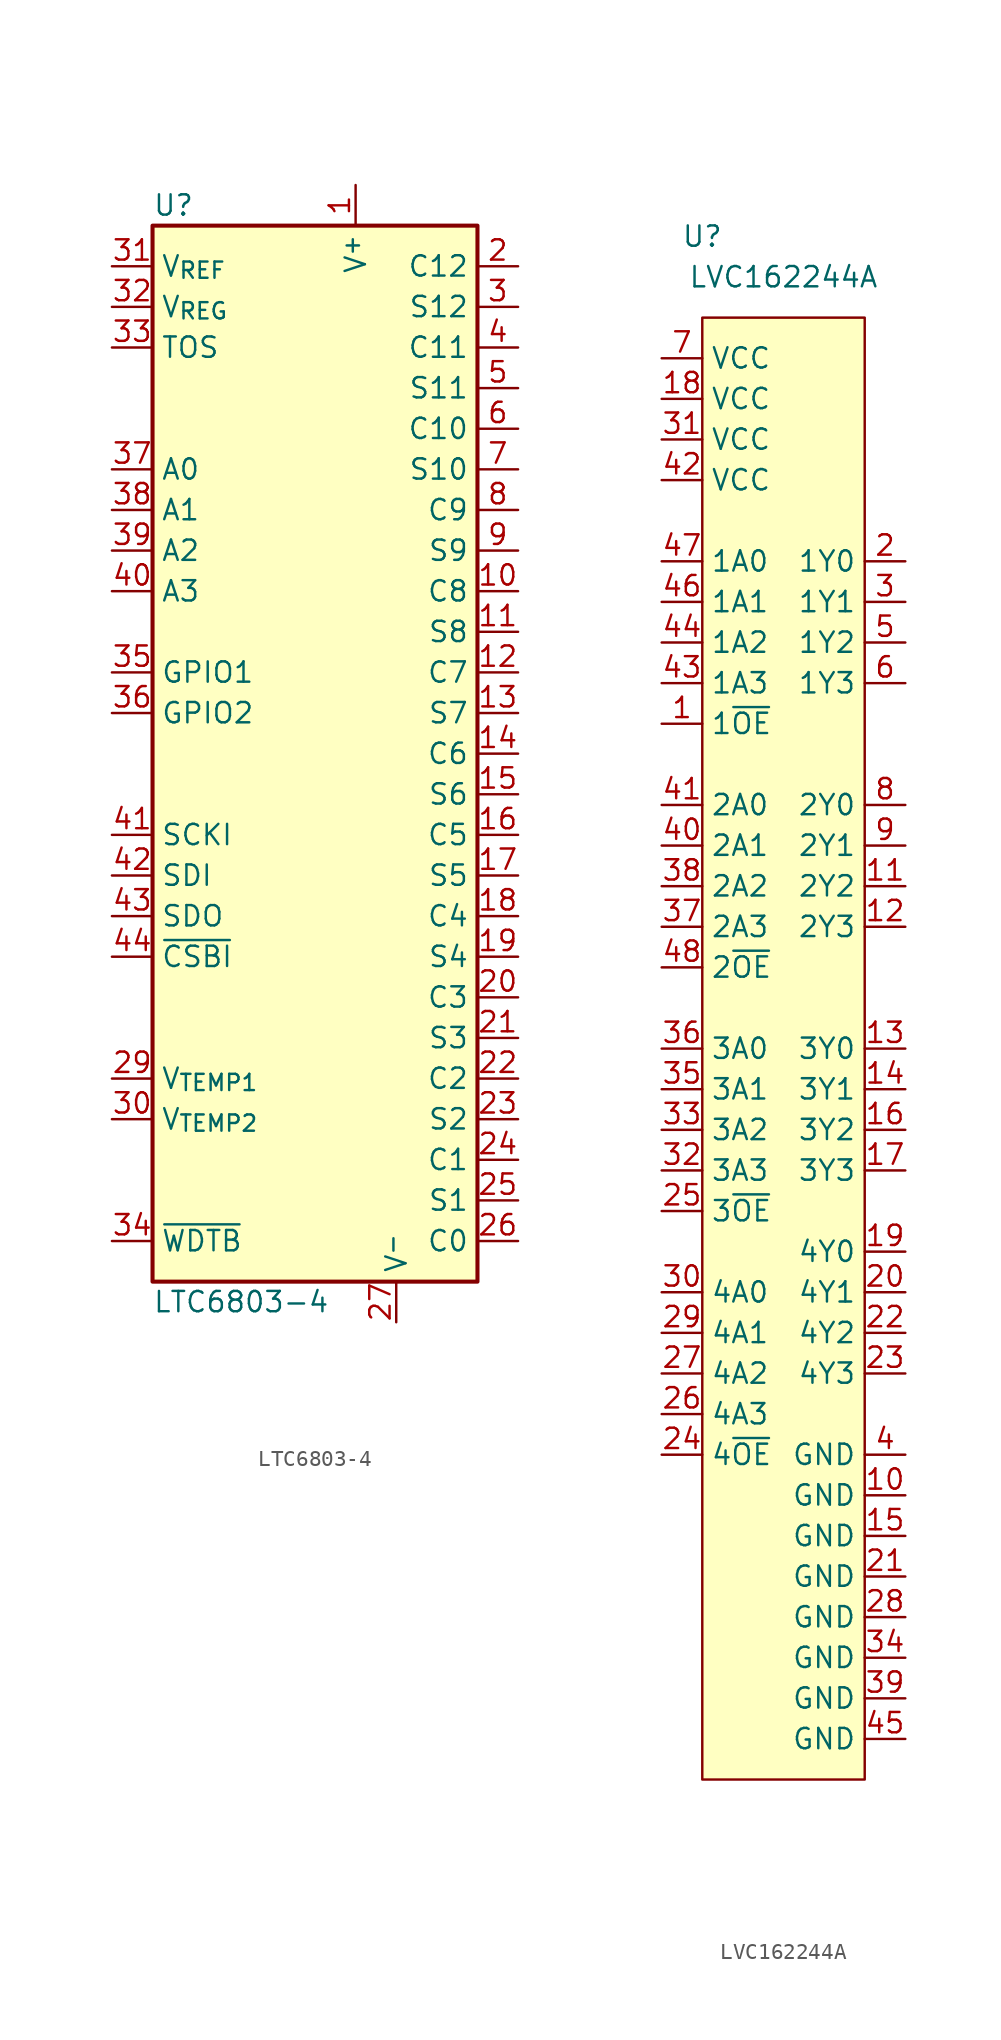
<source format=kicad_sym>
(kicad_symbol_lib
  (version 20231120)
  (generator "kicad_symbol_editor")
  (generator_version "8.0")
  (symbol "LTC6803-4"
    (property "Reference" "U"
      (at -10.16 34.29 0)
      (effects (font (size 1.27 1.27)) (justify left)))
    (property "Value" "LTC6803-4"
      (at -10.16 -34.29 0)
      (effects (font (size 1.27 1.27)) (justify left)))
    (symbol "LTC6803-4_0_1"
      (rectangle (start 10.16 -33.02) (end -10.16 33.02) (stroke (width 0.254) (type default)) (fill (type background))))
    (symbol "LTC6803-4_1_1"
      (pin input line (at 2.54 35.56 270) (length 2.54) (name "V^{+}" (effects (font (size 1.27 1.27)))) (number "1" (effects (font (size 1.27 1.27)))))
      (pin input line (at 12.7 10.16 180) (length 2.54) (name "C8" (effects (font (size 1.27 1.27)))) (number "10" (effects (font (size 1.27 1.27)))))
      (pin input line (at 12.7 7.62 180) (length 2.54) (name "S8" (effects (font (size 1.27 1.27)))) (number "11" (effects (font (size 1.27 1.27)))))
      (pin input line (at 12.7 5.08 180) (length 2.54) (name "C7" (effects (font (size 1.27 1.27)))) (number "12" (effects (font (size 1.27 1.27)))))
      (pin input line (at 12.7 2.54 180) (length 2.54) (name "S7" (effects (font (size 1.27 1.27)))) (number "13" (effects (font (size 1.27 1.27)))))
      (pin input line (at 12.7 0 180) (length 2.54) (name "C6" (effects (font (size 1.27 1.27)))) (number "14" (effects (font (size 1.27 1.27)))))
      (pin input line (at 12.7 -2.54 180) (length 2.54) (name "S6" (effects (font (size 1.27 1.27)))) (number "15" (effects (font (size 1.27 1.27)))))
      (pin input line (at 12.7 -5.08 180) (length 2.54) (name "C5" (effects (font (size 1.27 1.27)))) (number "16" (effects (font (size 1.27 1.27)))))
      (pin input line (at 12.7 -7.62 180) (length 2.54) (name "S5" (effects (font (size 1.27 1.27)))) (number "17" (effects (font (size 1.27 1.27)))))
      (pin input line (at 12.7 -10.16 180) (length 2.54) (name "C4" (effects (font (size 1.27 1.27)))) (number "18" (effects (font (size 1.27 1.27)))))
      (pin input line (at 12.7 -12.7 180) (length 2.54) (name "S4" (effects (font (size 1.27 1.27)))) (number "19" (effects (font (size 1.27 1.27)))))
      (pin input line (at 12.7 30.48 180) (length 2.54) (name "C12" (effects (font (size 1.27 1.27)))) (number "2" (effects (font (size 1.27 1.27)))))
      (pin input line (at 12.7 -15.24 180) (length 2.54) (name "C3" (effects (font (size 1.27 1.27)))) (number "20" (effects (font (size 1.27 1.27)))))
      (pin input line (at 12.7 -17.78 180) (length 2.54) (name "S3" (effects (font (size 1.27 1.27)))) (number "21" (effects (font (size 1.27 1.27)))))
      (pin input line (at 12.7 -20.32 180) (length 2.54) (name "C2" (effects (font (size 1.27 1.27)))) (number "22" (effects (font (size 1.27 1.27)))))
      (pin input line (at 12.7 -22.86 180) (length 2.54) (name "S2" (effects (font (size 1.27 1.27)))) (number "23" (effects (font (size 1.27 1.27)))))
      (pin input line (at 12.7 -25.4 180) (length 2.54) (name "C1" (effects (font (size 1.27 1.27)))) (number "24" (effects (font (size 1.27 1.27)))))
      (pin input line (at 12.7 -27.94 180) (length 2.54) (name "S1" (effects (font (size 1.27 1.27)))) (number "25" (effects (font (size 1.27 1.27)))))
      (pin input line (at 12.7 -30.48 180) (length 2.54) (name "C0" (effects (font (size 1.27 1.27)))) (number "26" (effects (font (size 1.27 1.27)))))
      (pin input line (at 5.08 -35.56 90) (length 2.54) (name "V^{-}" (effects (font (size 1.27 1.27)))) (number "27" (effects (font (size 1.27 1.27)))))
      (pin no_connect line (at 0 33.02 270) (length 2.54) hide (name "NC" (effects (font (size 1.27 1.27)))) (number "28" (effects (font (size 1.27 1.27)))))
      (pin input line (at -12.7 -20.32 0) (length 2.54) (name "V_{TEMP1}" (effects (font (size 1.27 1.27)))) (number "29" (effects (font (size 1.27 1.27)))))
      (pin input line (at 12.7 27.94 180) (length 2.54) (name "S12" (effects (font (size 1.27 1.27)))) (number "3" (effects (font (size 1.27 1.27)))))
      (pin input line (at -12.7 -22.86 0) (length 2.54) (name "V_{TEMP2}" (effects (font (size 1.27 1.27)))) (number "30" (effects (font (size 1.27 1.27)))))
      (pin input line (at -12.7 30.48 0) (length 2.54) (name "V_{REF}" (effects (font (size 1.27 1.27)))) (number "31" (effects (font (size 1.27 1.27)))))
      (pin input line (at -12.7 27.94 0) (length 2.54) (name "V_{REG}" (effects (font (size 1.27 1.27)))) (number "32" (effects (font (size 1.27 1.27)))))
      (pin input line (at -12.7 25.4 0) (length 2.54) (name "TOS" (effects (font (size 1.27 1.27)))) (number "33" (effects (font (size 1.27 1.27)))))
      (pin open_collector line (at -12.7 -30.48 0) (length 2.54) (name "~{WDTB}" (effects (font (size 1.27 1.27)))) (number "34" (effects (font (size 1.27 1.27)))))
      (pin input line (at -12.7 5.08 0) (length 2.54) (name "GPIO1" (effects (font (size 1.27 1.27)))) (number "35" (effects (font (size 1.27 1.27)))))
      (pin input line (at -12.7 2.54 0) (length 2.54) (name "GPIO2" (effects (font (size 1.27 1.27)))) (number "36" (effects (font (size 1.27 1.27)))))
      (pin input line (at -12.7 17.78 0) (length 2.54) (name "A0" (effects (font (size 1.27 1.27)))) (number "37" (effects (font (size 1.27 1.27)))))
      (pin input line (at -12.7 15.24 0) (length 2.54) (name "A1" (effects (font (size 1.27 1.27)))) (number "38" (effects (font (size 1.27 1.27)))))
      (pin input line (at -12.7 12.7 0) (length 2.54) (name "A2" (effects (font (size 1.27 1.27)))) (number "39" (effects (font (size 1.27 1.27)))))
      (pin input line (at 12.7 25.4 180) (length 2.54) (name "C11" (effects (font (size 1.27 1.27)))) (number "4" (effects (font (size 1.27 1.27)))))
      (pin input line (at -12.7 10.16 0) (length 2.54) (name "A3" (effects (font (size 1.27 1.27)))) (number "40" (effects (font (size 1.27 1.27)))))
      (pin input line (at -12.7 -5.08 0) (length 2.54) (name "SCKI" (effects (font (size 1.27 1.27)))) (number "41" (effects (font (size 1.27 1.27)))))
      (pin input line (at -12.7 -7.62 0) (length 2.54) (name "SDI" (effects (font (size 1.27 1.27)))) (number "42" (effects (font (size 1.27 1.27)))))
      (pin open_collector line (at -12.7 -10.16 0) (length 2.54) (name "SDO" (effects (font (size 1.27 1.27)))) (number "43" (effects (font (size 1.27 1.27)))))
      (pin input line (at -12.7 -12.7 0) (length 2.54) (name "~{CSBI}" (effects (font (size 1.27 1.27)))) (number "44" (effects (font (size 1.27 1.27)))))
      (pin input line (at 12.7 22.86 180) (length 2.54) (name "S11" (effects (font (size 1.27 1.27)))) (number "5" (effects (font (size 1.27 1.27)))))
      (pin input line (at 12.7 20.32 180) (length 2.54) (name "C10" (effects (font (size 1.27 1.27)))) (number "6" (effects (font (size 1.27 1.27)))))
      (pin input line (at 12.7 17.78 180) (length 2.54) (name "S10" (effects (font (size 1.27 1.27)))) (number "7" (effects (font (size 1.27 1.27)))))
      (pin input line (at 12.7 15.24 180) (length 2.54) (name "C9" (effects (font (size 1.27 1.27)))) (number "8" (effects (font (size 1.27 1.27)))))
      (pin input line (at 12.7 12.7 180) (length 2.54) (name "S9" (effects (font (size 1.27 1.27)))) (number "9" (effects (font (size 1.27 1.27)))))))
  (symbol "LVC162244A"
    (property "Reference" "U"
      (at -5.08 53.34 0)
      (effects (font (size 1.27 1.27))))
    (property "Value" "LVC162244A"
      (at 0 50.8 0)
      (effects (font (size 1.27 1.27))))
    (symbol "LVC162244A_0_1"
      (rectangle (start -5.08 48.26) (end 5.08 -43.18) (stroke (width 0.152) (type default)) (fill (type background))))
    (symbol "LVC162244A_1_1"
      (pin input line (at -7.62 22.86 0) (length 2.54) (name "1~{OE}" (effects (font (size 1.27 1.27)))) (number "1" (effects (font (size 1.27 1.27)))))
      (pin power_in line (at 7.62 -25.4 180) (length 2.54) (name "GND" (effects (font (size 1.27 1.27)))) (number "10" (effects (font (size 1.27 1.27)))))
      (pin input line (at 7.62 12.7 180) (length 2.54) (name "2Y2" (effects (font (size 1.27 1.27)))) (number "11" (effects (font (size 1.27 1.27)))))
      (pin output line (at 7.62 10.16 180) (length 2.54) (name "2Y3" (effects (font (size 1.27 1.27)))) (number "12" (effects (font (size 1.27 1.27)))))
      (pin output line (at 7.62 2.54 180) (length 2.54) (name "3Y0" (effects (font (size 1.27 1.27)))) (number "13" (effects (font (size 1.27 1.27)))))
      (pin output line (at 7.62 0 180) (length 2.54) (name "3Y1" (effects (font (size 1.27 1.27)))) (number "14" (effects (font (size 1.27 1.27)))))
      (pin power_in line (at 7.62 -27.94 180) (length 2.54) (name "GND" (effects (font (size 1.27 1.27)))) (number "15" (effects (font (size 1.27 1.27)))))
      (pin input line (at 7.62 -2.54 180) (length 2.54) (name "3Y2" (effects (font (size 1.27 1.27)))) (number "16" (effects (font (size 1.27 1.27)))))
      (pin output line (at 7.62 -5.08 180) (length 2.54) (name "3Y3" (effects (font (size 1.27 1.27)))) (number "17" (effects (font (size 1.27 1.27)))))
      (pin power_in line (at -7.62 43.18 0) (length 2.54) (name "VCC" (effects (font (size 1.27 1.27)))) (number "18" (effects (font (size 1.27 1.27)))))
      (pin output line (at 7.62 -10.16 180) (length 2.54) (name "4Y0" (effects (font (size 1.27 1.27)))) (number "19" (effects (font (size 1.27 1.27)))))
      (pin output line (at 7.62 33.02 180) (length 2.54) (name "1Y0" (effects (font (size 1.27 1.27)))) (number "2" (effects (font (size 1.27 1.27)))))
      (pin output line (at 7.62 -12.7 180) (length 2.54) (name "4Y1" (effects (font (size 1.27 1.27)))) (number "20" (effects (font (size 1.27 1.27)))))
      (pin power_in line (at 7.62 -30.48 180) (length 2.54) (name "GND" (effects (font (size 1.27 1.27)))) (number "21" (effects (font (size 1.27 1.27)))))
      (pin input line (at 7.62 -15.24 180) (length 2.54) (name "4Y2" (effects (font (size 1.27 1.27)))) (number "22" (effects (font (size 1.27 1.27)))))
      (pin output line (at 7.62 -17.78 180) (length 2.54) (name "4Y3" (effects (font (size 1.27 1.27)))) (number "23" (effects (font (size 1.27 1.27)))))
      (pin input line (at -7.62 -22.86 0) (length 2.54) (name "4~{OE}" (effects (font (size 1.27 1.27)))) (number "24" (effects (font (size 1.27 1.27)))))
      (pin input line (at -7.62 -7.62 0) (length 2.54) (name "3~{OE}" (effects (font (size 1.27 1.27)))) (number "25" (effects (font (size 1.27 1.27)))))
      (pin input line (at -7.62 -20.32 0) (length 2.54) (name "4A3" (effects (font (size 1.27 1.27)))) (number "26" (effects (font (size 1.27 1.27)))))
      (pin input line (at -7.62 -17.78 0) (length 2.54) (name "4A2" (effects (font (size 1.27 1.27)))) (number "27" (effects (font (size 1.27 1.27)))))
      (pin power_in line (at 7.62 -33.02 180) (length 2.54) (name "GND" (effects (font (size 1.27 1.27)))) (number "28" (effects (font (size 1.27 1.27)))))
      (pin input line (at -7.62 -15.24 0) (length 2.54) (name "4A1" (effects (font (size 1.27 1.27)))) (number "29" (effects (font (size 1.27 1.27)))))
      (pin output line (at 7.62 30.48 180) (length 2.54) (name "1Y1" (effects (font (size 1.27 1.27)))) (number "3" (effects (font (size 1.27 1.27)))))
      (pin input line (at -7.62 -12.7 0) (length 2.54) (name "4A0" (effects (font (size 1.27 1.27)))) (number "30" (effects (font (size 1.27 1.27)))))
      (pin power_in line (at -7.62 40.64 0) (length 2.54) (name "VCC" (effects (font (size 1.27 1.27)))) (number "31" (effects (font (size 1.27 1.27)))))
      (pin input line (at -7.62 -5.08 0) (length 2.54) (name "3A3" (effects (font (size 1.27 1.27)))) (number "32" (effects (font (size 1.27 1.27)))))
      (pin input line (at -7.62 -2.54 0) (length 2.54) (name "3A2" (effects (font (size 1.27 1.27)))) (number "33" (effects (font (size 1.27 1.27)))))
      (pin power_in line (at 7.62 -35.56 180) (length 2.54) (name "GND" (effects (font (size 1.27 1.27)))) (number "34" (effects (font (size 1.27 1.27)))))
      (pin input line (at -7.62 0 0) (length 2.54) (name "3A1" (effects (font (size 1.27 1.27)))) (number "35" (effects (font (size 1.27 1.27)))))
      (pin input line (at -7.62 2.54 0) (length 2.54) (name "3A0" (effects (font (size 1.27 1.27)))) (number "36" (effects (font (size 1.27 1.27)))))
      (pin input line (at -7.62 10.16 0) (length 2.54) (name "2A3" (effects (font (size 1.27 1.27)))) (number "37" (effects (font (size 1.27 1.27)))))
      (pin input line (at -7.62 12.7 0) (length 2.54) (name "2A2" (effects (font (size 1.27 1.27)))) (number "38" (effects (font (size 1.27 1.27)))))
      (pin power_in line (at 7.62 -38.1 180) (length 2.54) (name "GND" (effects (font (size 1.27 1.27)))) (number "39" (effects (font (size 1.27 1.27)))))
      (pin power_in line (at 7.62 -22.86 180) (length 2.54) (name "GND" (effects (font (size 1.27 1.27)))) (number "4" (effects (font (size 1.27 1.27)))))
      (pin input line (at -7.62 15.24 0) (length 2.54) (name "2A1" (effects (font (size 1.27 1.27)))) (number "40" (effects (font (size 1.27 1.27)))))
      (pin input line (at -7.62 17.78 0) (length 2.54) (name "2A0" (effects (font (size 1.27 1.27)))) (number "41" (effects (font (size 1.27 1.27)))))
      (pin power_in line (at -7.62 38.1 0) (length 2.54) (name "VCC" (effects (font (size 1.27 1.27)))) (number "42" (effects (font (size 1.27 1.27)))))
      (pin input line (at -7.62 25.4 0) (length 2.54) (name "1A3" (effects (font (size 1.27 1.27)))) (number "43" (effects (font (size 1.27 1.27)))))
      (pin input line (at -7.62 27.94 0) (length 2.54) (name "1A2" (effects (font (size 1.27 1.27)))) (number "44" (effects (font (size 1.27 1.27)))))
      (pin power_in line (at 7.62 -40.64 180) (length 2.54) (name "GND" (effects (font (size 1.27 1.27)))) (number "45" (effects (font (size 1.27 1.27)))))
      (pin input line (at -7.62 30.48 0) (length 2.54) (name "1A1" (effects (font (size 1.27 1.27)))) (number "46" (effects (font (size 1.27 1.27)))))
      (pin input line (at -7.62 33.02 0) (length 2.54) (name "1A0" (effects (font (size 1.27 1.27)))) (number "47" (effects (font (size 1.27 1.27)))))
      (pin input line (at -7.62 7.62 0) (length 2.54) (name "2~{OE}" (effects (font (size 1.27 1.27)))) (number "48" (effects (font (size 1.27 1.27)))))
      (pin input line (at 7.62 27.94 180) (length 2.54) (name "1Y2" (effects (font (size 1.27 1.27)))) (number "5" (effects (font (size 1.27 1.27)))))
      (pin output line (at 7.62 25.4 180) (length 2.54) (name "1Y3" (effects (font (size 1.27 1.27)))) (number "6" (effects (font (size 1.27 1.27)))))
      (pin power_in line (at -7.62 45.72 0) (length 2.54) (name "VCC" (effects (font (size 1.27 1.27)))) (number "7" (effects (font (size 1.27 1.27)))))
      (pin output line (at 7.62 17.78 180) (length 2.54) (name "2Y0" (effects (font (size 1.27 1.27)))) (number "8" (effects (font (size 1.27 1.27)))))
      (pin output line (at 7.62 15.24 180) (length 2.54) (name "2Y1" (effects (font (size 1.27 1.27)))) (number "9" (effects (font (size 1.27 1.27))))))))
</source>
